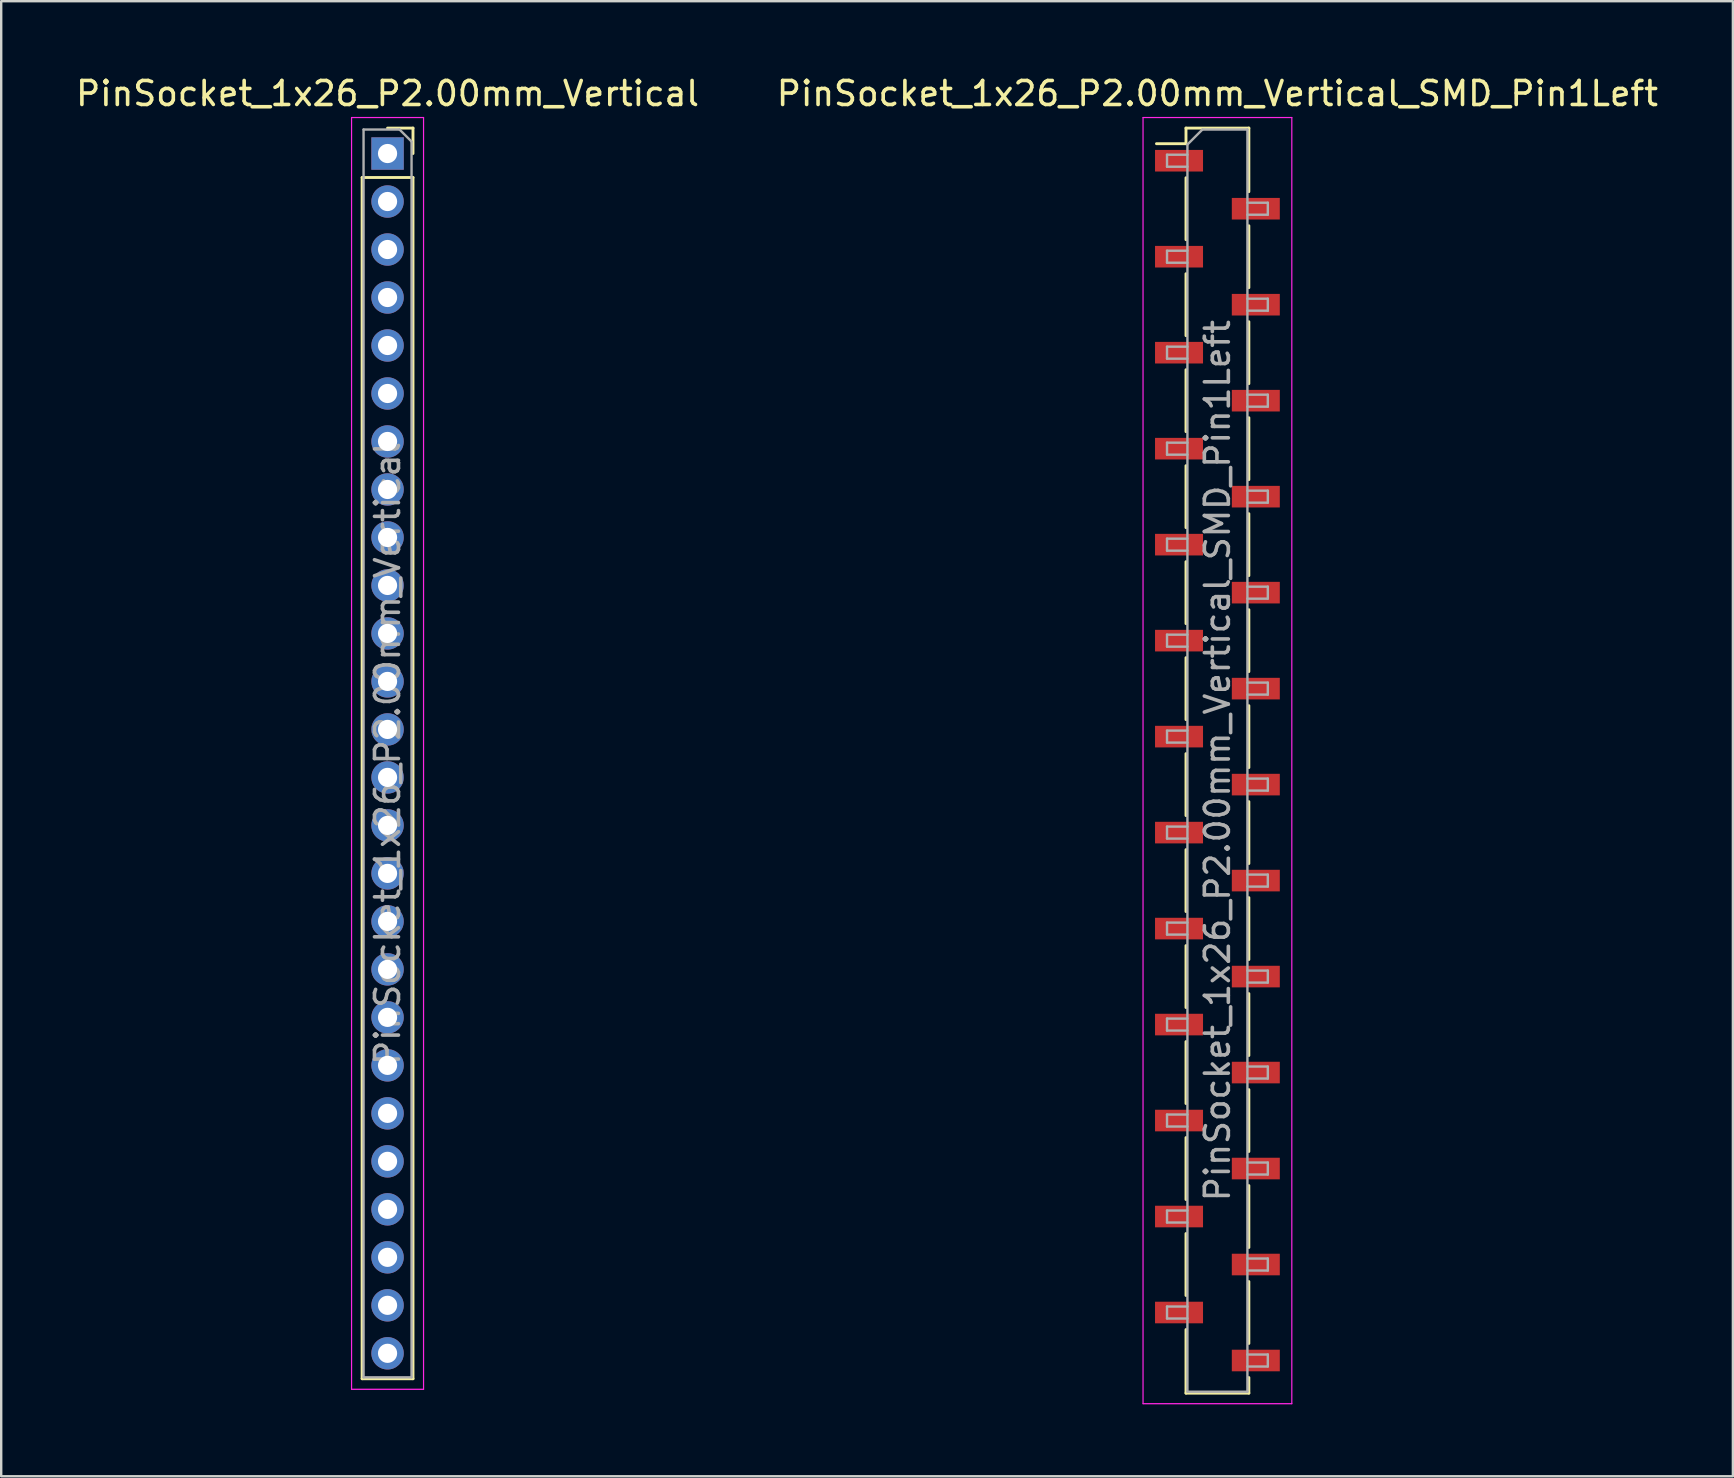
<source format=kicad_pcb>
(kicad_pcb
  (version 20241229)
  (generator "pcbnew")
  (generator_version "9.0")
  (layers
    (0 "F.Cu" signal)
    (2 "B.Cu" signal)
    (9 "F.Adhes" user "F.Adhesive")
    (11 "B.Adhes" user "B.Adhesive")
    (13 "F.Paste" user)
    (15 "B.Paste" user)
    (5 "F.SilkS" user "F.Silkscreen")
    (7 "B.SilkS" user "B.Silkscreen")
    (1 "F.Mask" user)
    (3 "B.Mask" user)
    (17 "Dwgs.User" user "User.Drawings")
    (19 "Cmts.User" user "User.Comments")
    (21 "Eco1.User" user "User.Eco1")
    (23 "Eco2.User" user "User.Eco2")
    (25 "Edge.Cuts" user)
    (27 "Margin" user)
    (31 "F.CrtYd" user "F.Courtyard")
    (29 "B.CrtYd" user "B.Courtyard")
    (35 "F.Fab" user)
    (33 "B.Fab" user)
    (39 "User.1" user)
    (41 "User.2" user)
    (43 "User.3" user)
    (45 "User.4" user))
  (footprint "PinSocket_1x26_P2.00mm_Vertical"
    (layer "F.Cu")
    (at 13.101 3.348)
    (property "Reference" "PinSocket_1x26_P2.00mm_Vertical" (at 0 -2.5 0) (layer "F.SilkS") (effects (font (size 1 1) (thickness 0.15))))
    (attr through_hole)
    (fp_line (start -1.06 1) (end -1.06 51.06) (stroke (width 0.12) (type solid)) (layer "F.SilkS"))
    (fp_line (start -1.06 1) (end 1.06 1) (stroke (width 0.12) (type solid)) (layer "F.SilkS"))
    (fp_line (start -1.06 51.06) (end 1.06 51.06) (stroke (width 0.12) (type solid)) (layer "F.SilkS"))
    (fp_line (start 0 -1.06) (end 1.06 -1.06) (stroke (width 0.12) (type solid)) (layer "F.SilkS"))
    (fp_line (start 1.06 -1.06) (end 1.06 0) (stroke (width 0.12) (type solid)) (layer "F.SilkS"))
    (fp_line (start 1.06 1) (end 1.06 51.06) (stroke (width 0.12) (type solid)) (layer "F.SilkS"))
    (fp_line (start -1.5 -1.5) (end 1.5 -1.5) (stroke (width 0.05) (type solid)) (layer "F.CrtYd"))
    (fp_line (start -1.5 51.5) (end -1.5 -1.5) (stroke (width 0.05) (type solid)) (layer "F.CrtYd"))
    (fp_line (start 1.5 -1.5) (end 1.5 51.5) (stroke (width 0.05) (type solid)) (layer "F.CrtYd"))
    (fp_line (start 1.5 51.5) (end -1.5 51.5) (stroke (width 0.05) (type solid)) (layer "F.CrtYd"))
    (fp_line (start -1 -1) (end 0.5 -1) (stroke (width 0.1) (type solid)) (layer "F.Fab"))
    (fp_line (start -1 51) (end -1 -1) (stroke (width 0.1) (type solid)) (layer "F.Fab"))
    (fp_line (start 0.5 -1) (end 1 -0.5) (stroke (width 0.1) (type solid)) (layer "F.Fab"))
    (fp_line (start 1 -0.5) (end 1 51) (stroke (width 0.1) (type solid)) (layer "F.Fab"))
    (fp_line (start 1 51) (end -1 51) (stroke (width 0.1) (type solid)) (layer "F.Fab"))
    (fp_text user "${REFERENCE}" (at 0 25 90) (layer "F.Fab") (effects (font (size 1 1) (thickness 0.15))))
    (pad "1" thru_hole rect (at 0 0) (size 1.35 1.35) (drill 0.8) (layers "*.Cu" "*.Mask"))
    (pad "2" thru_hole oval (at 0 2) (size 1.35 1.35) (drill 0.8) (layers "*.Cu" "*.Mask"))
    (pad "3" thru_hole oval (at 0 4) (size 1.35 1.35) (drill 0.8) (layers "*.Cu" "*.Mask"))
    (pad "4" thru_hole oval (at 0 6) (size 1.35 1.35) (drill 0.8) (layers "*.Cu" "*.Mask"))
    (pad "5" thru_hole oval (at 0 8) (size 1.35 1.35) (drill 0.8) (layers "*.Cu" "*.Mask"))
    (pad "6" thru_hole oval (at 0 10) (size 1.35 1.35) (drill 0.8) (layers "*.Cu" "*.Mask"))
    (pad "7" thru_hole oval (at 0 12) (size 1.35 1.35) (drill 0.8) (layers "*.Cu" "*.Mask"))
    (pad "8" thru_hole oval (at 0 14) (size 1.35 1.35) (drill 0.8) (layers "*.Cu" "*.Mask"))
    (pad "9" thru_hole oval (at 0 16) (size 1.35 1.35) (drill 0.8) (layers "*.Cu" "*.Mask"))
    (pad "10" thru_hole oval (at 0 18) (size 1.35 1.35) (drill 0.8) (layers "*.Cu" "*.Mask"))
    (pad "11" thru_hole oval (at 0 20) (size 1.35 1.35) (drill 0.8) (layers "*.Cu" "*.Mask"))
    (pad "12" thru_hole oval (at 0 22) (size 1.35 1.35) (drill 0.8) (layers "*.Cu" "*.Mask"))
    (pad "13" thru_hole oval (at 0 24) (size 1.35 1.35) (drill 0.8) (layers "*.Cu" "*.Mask"))
    (pad "14" thru_hole oval (at 0 26) (size 1.35 1.35) (drill 0.8) (layers "*.Cu" "*.Mask"))
    (pad "15" thru_hole oval (at 0 28) (size 1.35 1.35) (drill 0.8) (layers "*.Cu" "*.Mask"))
    (pad "16" thru_hole oval (at 0 30) (size 1.35 1.35) (drill 0.8) (layers "*.Cu" "*.Mask"))
    (pad "17" thru_hole oval (at 0 32) (size 1.35 1.35) (drill 0.8) (layers "*.Cu" "*.Mask"))
    (pad "18" thru_hole oval (at 0 34) (size 1.35 1.35) (drill 0.8) (layers "*.Cu" "*.Mask"))
    (pad "19" thru_hole oval (at 0 36) (size 1.35 1.35) (drill 0.8) (layers "*.Cu" "*.Mask"))
    (pad "20" thru_hole oval (at 0 38) (size 1.35 1.35) (drill 0.8) (layers "*.Cu" "*.Mask"))
    (pad "21" thru_hole oval (at 0 40) (size 1.35 1.35) (drill 0.8) (layers "*.Cu" "*.Mask"))
    (pad "22" thru_hole oval (at 0 42) (size 1.35 1.35) (drill 0.8) (layers "*.Cu" "*.Mask"))
    (pad "23" thru_hole oval (at 0 44) (size 1.35 1.35) (drill 0.8) (layers "*.Cu" "*.Mask"))
    (pad "24" thru_hole oval (at 0 46) (size 1.35 1.35) (drill 0.8) (layers "*.Cu" "*.Mask"))
    (pad "25" thru_hole oval (at 0 48) (size 1.35 1.35) (drill 0.8) (layers "*.Cu" "*.Mask"))
    (pad "26" thru_hole oval (at 0 50) (size 1.35 1.35) (drill 0.8) (layers "*.Cu" "*.Mask")))
  (footprint "PinSocket_1x26_P2.00mm_Vertical_SMD_Pin1Left"
    (layer "F.Cu")
    (at 47.685 28.648)
    (property "Reference" "PinSocket_1x26_P2.00mm_Vertical_SMD_Pin1Left" (at 0 -27.8 0) (layer "F.SilkS") (effects (font (size 1 1) (thickness 0.15))))
    (attr smd)
    (fp_line (start -2.54 -25.71) (end -1.31 -25.71) (stroke (width 0.12) (type solid)) (layer "F.SilkS"))
    (fp_line (start -1.31 -26.36) (end -1.31 -25.71) (stroke (width 0.12) (type solid)) (layer "F.SilkS"))
    (fp_line (start -1.31 -26.36) (end 1.31 -26.36) (stroke (width 0.12) (type solid)) (layer "F.SilkS"))
    (fp_line (start -1.31 -24.29) (end -1.31 -21.71) (stroke (width 0.12) (type solid)) (layer "F.SilkS"))
    (fp_line (start -1.31 -20.29) (end -1.31 -17.71) (stroke (width 0.12) (type solid)) (layer "F.SilkS"))
    (fp_line (start -1.31 -16.29) (end -1.31 -13.71) (stroke (width 0.12) (type solid)) (layer "F.SilkS"))
    (fp_line (start -1.31 -12.29) (end -1.31 -9.71) (stroke (width 0.12) (type solid)) (layer "F.SilkS"))
    (fp_line (start -1.31 -8.29) (end -1.31 -5.71) (stroke (width 0.12) (type solid)) (layer "F.SilkS"))
    (fp_line (start -1.31 -4.29) (end -1.31 -1.71) (stroke (width 0.12) (type solid)) (layer "F.SilkS"))
    (fp_line (start -1.31 -0.29) (end -1.31 2.29) (stroke (width 0.12) (type solid)) (layer "F.SilkS"))
    (fp_line (start -1.31 3.71) (end -1.31 6.29) (stroke (width 0.12) (type solid)) (layer "F.SilkS"))
    (fp_line (start -1.31 7.71) (end -1.31 10.29) (stroke (width 0.12) (type solid)) (layer "F.SilkS"))
    (fp_line (start -1.31 11.71) (end -1.31 14.29) (stroke (width 0.12) (type solid)) (layer "F.SilkS"))
    (fp_line (start -1.31 15.71) (end -1.31 18.29) (stroke (width 0.12) (type solid)) (layer "F.SilkS"))
    (fp_line (start -1.31 19.71) (end -1.31 22.29) (stroke (width 0.12) (type solid)) (layer "F.SilkS"))
    (fp_line (start -1.31 23.71) (end -1.31 26.36) (stroke (width 0.12) (type solid)) (layer "F.SilkS"))
    (fp_line (start -1.31 26.36) (end 1.31 26.36) (stroke (width 0.12) (type solid)) (layer "F.SilkS"))
    (fp_line (start 1.31 -26.36) (end 1.31 -23.71) (stroke (width 0.12) (type solid)) (layer "F.SilkS"))
    (fp_line (start 1.31 -22.29) (end 1.31 -19.71) (stroke (width 0.12) (type solid)) (layer "F.SilkS"))
    (fp_line (start 1.31 -18.29) (end 1.31 -15.71) (stroke (width 0.12) (type solid)) (layer "F.SilkS"))
    (fp_line (start 1.31 -14.29) (end 1.31 -11.71) (stroke (width 0.12) (type solid)) (layer "F.SilkS"))
    (fp_line (start 1.31 -10.29) (end 1.31 -7.71) (stroke (width 0.12) (type solid)) (layer "F.SilkS"))
    (fp_line (start 1.31 -6.29) (end 1.31 -3.71) (stroke (width 0.12) (type solid)) (layer "F.SilkS"))
    (fp_line (start 1.31 -2.29) (end 1.31 0.29) (stroke (width 0.12) (type solid)) (layer "F.SilkS"))
    (fp_line (start 1.31 1.71) (end 1.31 4.29) (stroke (width 0.12) (type solid)) (layer "F.SilkS"))
    (fp_line (start 1.31 5.71) (end 1.31 8.29) (stroke (width 0.12) (type solid)) (layer "F.SilkS"))
    (fp_line (start 1.31 9.71) (end 1.31 12.29) (stroke (width 0.12) (type solid)) (layer "F.SilkS"))
    (fp_line (start 1.31 13.71) (end 1.31 16.29) (stroke (width 0.12) (type solid)) (layer "F.SilkS"))
    (fp_line (start 1.31 17.71) (end 1.31 20.29) (stroke (width 0.12) (type solid)) (layer "F.SilkS"))
    (fp_line (start 1.31 21.71) (end 1.31 24.29) (stroke (width 0.12) (type solid)) (layer "F.SilkS"))
    (fp_line (start 1.31 25.71) (end 1.31 26.36) (stroke (width 0.12) (type solid)) (layer "F.SilkS"))
    (fp_line (start -3.1 -26.8) (end 3.1 -26.8) (stroke (width 0.05) (type solid)) (layer "F.CrtYd"))
    (fp_line (start -3.1 26.8) (end -3.1 -26.8) (stroke (width 0.05) (type solid)) (layer "F.CrtYd"))
    (fp_line (start 3.1 -26.8) (end 3.1 26.8) (stroke (width 0.05) (type solid)) (layer "F.CrtYd"))
    (fp_line (start 3.1 26.8) (end -3.1 26.8) (stroke (width 0.05) (type solid)) (layer "F.CrtYd"))
    (fp_line (start -2.1 -25.25) (end -1.25 -25.25) (stroke (width 0.1) (type solid)) (layer "F.Fab"))
    (fp_line (start -2.1 -24.75) (end -2.1 -25.25) (stroke (width 0.1) (type solid)) (layer "F.Fab"))
    (fp_line (start -2.1 -21.25) (end -1.25 -21.25) (stroke (width 0.1) (type solid)) (layer "F.Fab"))
    (fp_line (start -2.1 -20.75) (end -2.1 -21.25) (stroke (width 0.1) (type solid)) (layer "F.Fab"))
    (fp_line (start -2.1 -17.25) (end -1.25 -17.25) (stroke (width 0.1) (type solid)) (layer "F.Fab"))
    (fp_line (start -2.1 -16.75) (end -2.1 -17.25) (stroke (width 0.1) (type solid)) (layer "F.Fab"))
    (fp_line (start -2.1 -13.25) (end -1.25 -13.25) (stroke (width 0.1) (type solid)) (layer "F.Fab"))
    (fp_line (start -2.1 -12.75) (end -2.1 -13.25) (stroke (width 0.1) (type solid)) (layer "F.Fab"))
    (fp_line (start -2.1 -9.25) (end -1.25 -9.25) (stroke (width 0.1) (type solid)) (layer "F.Fab"))
    (fp_line (start -2.1 -8.75) (end -2.1 -9.25) (stroke (width 0.1) (type solid)) (layer "F.Fab"))
    (fp_line (start -2.1 -5.25) (end -1.25 -5.25) (stroke (width 0.1) (type solid)) (layer "F.Fab"))
    (fp_line (start -2.1 -4.75) (end -2.1 -5.25) (stroke (width 0.1) (type solid)) (layer "F.Fab"))
    (fp_line (start -2.1 -1.25) (end -1.25 -1.25) (stroke (width 0.1) (type solid)) (layer "F.Fab"))
    (fp_line (start -2.1 -0.75) (end -2.1 -1.25) (stroke (width 0.1) (type solid)) (layer "F.Fab"))
    (fp_line (start -2.1 2.75) (end -1.25 2.75) (stroke (width 0.1) (type solid)) (layer "F.Fab"))
    (fp_line (start -2.1 3.25) (end -2.1 2.75) (stroke (width 0.1) (type solid)) (layer "F.Fab"))
    (fp_line (start -2.1 6.75) (end -1.25 6.75) (stroke (width 0.1) (type solid)) (layer "F.Fab"))
    (fp_line (start -2.1 7.25) (end -2.1 6.75) (stroke (width 0.1) (type solid)) (layer "F.Fab"))
    (fp_line (start -2.1 10.75) (end -1.25 10.75) (stroke (width 0.1) (type solid)) (layer "F.Fab"))
    (fp_line (start -2.1 11.25) (end -2.1 10.75) (stroke (width 0.1) (type solid)) (layer "F.Fab"))
    (fp_line (start -2.1 14.75) (end -1.25 14.75) (stroke (width 0.1) (type solid)) (layer "F.Fab"))
    (fp_line (start -2.1 15.25) (end -2.1 14.75) (stroke (width 0.1) (type solid)) (layer "F.Fab"))
    (fp_line (start -2.1 18.75) (end -1.25 18.75) (stroke (width 0.1) (type solid)) (layer "F.Fab"))
    (fp_line (start -2.1 19.25) (end -2.1 18.75) (stroke (width 0.1) (type solid)) (layer "F.Fab"))
    (fp_line (start -2.1 22.75) (end -1.25 22.75) (stroke (width 0.1) (type solid)) (layer "F.Fab"))
    (fp_line (start -2.1 23.25) (end -2.1 22.75) (stroke (width 0.1) (type solid)) (layer "F.Fab"))
    (fp_line (start -1.25 -25.675) (end -0.625 -26.3) (stroke (width 0.1) (type solid)) (layer "F.Fab"))
    (fp_line (start -1.25 -24.75) (end -2.1 -24.75) (stroke (width 0.1) (type solid)) (layer "F.Fab"))
    (fp_line (start -1.25 -20.75) (end -2.1 -20.75) (stroke (width 0.1) (type solid)) (layer "F.Fab"))
    (fp_line (start -1.25 -16.75) (end -2.1 -16.75) (stroke (width 0.1) (type solid)) (layer "F.Fab"))
    (fp_line (start -1.25 -12.75) (end -2.1 -12.75) (stroke (width 0.1) (type solid)) (layer "F.Fab"))
    (fp_line (start -1.25 -8.75) (end -2.1 -8.75) (stroke (width 0.1) (type solid)) (layer "F.Fab"))
    (fp_line (start -1.25 -4.75) (end -2.1 -4.75) (stroke (width 0.1) (type solid)) (layer "F.Fab"))
    (fp_line (start -1.25 -0.75) (end -2.1 -0.75) (stroke (width 0.1) (type solid)) (layer "F.Fab"))
    (fp_line (start -1.25 3.25) (end -2.1 3.25) (stroke (width 0.1) (type solid)) (layer "F.Fab"))
    (fp_line (start -1.25 7.25) (end -2.1 7.25) (stroke (width 0.1) (type solid)) (layer "F.Fab"))
    (fp_line (start -1.25 11.25) (end -2.1 11.25) (stroke (width 0.1) (type solid)) (layer "F.Fab"))
    (fp_line (start -1.25 15.25) (end -2.1 15.25) (stroke (width 0.1) (type solid)) (layer "F.Fab"))
    (fp_line (start -1.25 19.25) (end -2.1 19.25) (stroke (width 0.1) (type solid)) (layer "F.Fab"))
    (fp_line (start -1.25 23.25) (end -2.1 23.25) (stroke (width 0.1) (type solid)) (layer "F.Fab"))
    (fp_line (start -1.25 26.3) (end -1.25 -25.675) (stroke (width 0.1) (type solid)) (layer "F.Fab"))
    (fp_line (start -0.625 -26.3) (end 1.25 -26.3) (stroke (width 0.1) (type solid)) (layer "F.Fab"))
    (fp_line (start 1.25 -26.3) (end 1.25 26.3) (stroke (width 0.1) (type solid)) (layer "F.Fab"))
    (fp_line (start 1.25 -23.25) (end 2.1 -23.25) (stroke (width 0.1) (type solid)) (layer "F.Fab"))
    (fp_line (start 1.25 -19.25) (end 2.1 -19.25) (stroke (width 0.1) (type solid)) (layer "F.Fab"))
    (fp_line (start 1.25 -15.25) (end 2.1 -15.25) (stroke (width 0.1) (type solid)) (layer "F.Fab"))
    (fp_line (start 1.25 -11.25) (end 2.1 -11.25) (stroke (width 0.1) (type solid)) (layer "F.Fab"))
    (fp_line (start 1.25 -7.25) (end 2.1 -7.25) (stroke (width 0.1) (type solid)) (layer "F.Fab"))
    (fp_line (start 1.25 -3.25) (end 2.1 -3.25) (stroke (width 0.1) (type solid)) (layer "F.Fab"))
    (fp_line (start 1.25 0.75) (end 2.1 0.75) (stroke (width 0.1) (type solid)) (layer "F.Fab"))
    (fp_line (start 1.25 4.75) (end 2.1 4.75) (stroke (width 0.1) (type solid)) (layer "F.Fab"))
    (fp_line (start 1.25 8.75) (end 2.1 8.75) (stroke (width 0.1) (type solid)) (layer "F.Fab"))
    (fp_line (start 1.25 12.75) (end 2.1 12.75) (stroke (width 0.1) (type solid)) (layer "F.Fab"))
    (fp_line (start 1.25 16.75) (end 2.1 16.75) (stroke (width 0.1) (type solid)) (layer "F.Fab"))
    (fp_line (start 1.25 20.75) (end 2.1 20.75) (stroke (width 0.1) (type solid)) (layer "F.Fab"))
    (fp_line (start 1.25 24.75) (end 2.1 24.75) (stroke (width 0.1) (type solid)) (layer "F.Fab"))
    (fp_line (start 1.25 26.3) (end -1.25 26.3) (stroke (width 0.1) (type solid)) (layer "F.Fab"))
    (fp_line (start 2.1 -23.25) (end 2.1 -22.75) (stroke (width 0.1) (type solid)) (layer "F.Fab"))
    (fp_line (start 2.1 -22.75) (end 1.25 -22.75) (stroke (width 0.1) (type solid)) (layer "F.Fab"))
    (fp_line (start 2.1 -19.25) (end 2.1 -18.75) (stroke (width 0.1) (type solid)) (layer "F.Fab"))
    (fp_line (start 2.1 -18.75) (end 1.25 -18.75) (stroke (width 0.1) (type solid)) (layer "F.Fab"))
    (fp_line (start 2.1 -15.25) (end 2.1 -14.75) (stroke (width 0.1) (type solid)) (layer "F.Fab"))
    (fp_line (start 2.1 -14.75) (end 1.25 -14.75) (stroke (width 0.1) (type solid)) (layer "F.Fab"))
    (fp_line (start 2.1 -11.25) (end 2.1 -10.75) (stroke (width 0.1) (type solid)) (layer "F.Fab"))
    (fp_line (start 2.1 -10.75) (end 1.25 -10.75) (stroke (width 0.1) (type solid)) (layer "F.Fab"))
    (fp_line (start 2.1 -7.25) (end 2.1 -6.75) (stroke (width 0.1) (type solid)) (layer "F.Fab"))
    (fp_line (start 2.1 -6.75) (end 1.25 -6.75) (stroke (width 0.1) (type solid)) (layer "F.Fab"))
    (fp_line (start 2.1 -3.25) (end 2.1 -2.75) (stroke (width 0.1) (type solid)) (layer "F.Fab"))
    (fp_line (start 2.1 -2.75) (end 1.25 -2.75) (stroke (width 0.1) (type solid)) (layer "F.Fab"))
    (fp_line (start 2.1 0.75) (end 2.1 1.25) (stroke (width 0.1) (type solid)) (layer "F.Fab"))
    (fp_line (start 2.1 1.25) (end 1.25 1.25) (stroke (width 0.1) (type solid)) (layer "F.Fab"))
    (fp_line (start 2.1 4.75) (end 2.1 5.25) (stroke (width 0.1) (type solid)) (layer "F.Fab"))
    (fp_line (start 2.1 5.25) (end 1.25 5.25) (stroke (width 0.1) (type solid)) (layer "F.Fab"))
    (fp_line (start 2.1 8.75) (end 2.1 9.25) (stroke (width 0.1) (type solid)) (layer "F.Fab"))
    (fp_line (start 2.1 9.25) (end 1.25 9.25) (stroke (width 0.1) (type solid)) (layer "F.Fab"))
    (fp_line (start 2.1 12.75) (end 2.1 13.25) (stroke (width 0.1) (type solid)) (layer "F.Fab"))
    (fp_line (start 2.1 13.25) (end 1.25 13.25) (stroke (width 0.1) (type solid)) (layer "F.Fab"))
    (fp_line (start 2.1 16.75) (end 2.1 17.25) (stroke (width 0.1) (type solid)) (layer "F.Fab"))
    (fp_line (start 2.1 17.25) (end 1.25 17.25) (stroke (width 0.1) (type solid)) (layer "F.Fab"))
    (fp_line (start 2.1 20.75) (end 2.1 21.25) (stroke (width 0.1) (type solid)) (layer "F.Fab"))
    (fp_line (start 2.1 21.25) (end 1.25 21.25) (stroke (width 0.1) (type solid)) (layer "F.Fab"))
    (fp_line (start 2.1 24.75) (end 2.1 25.25) (stroke (width 0.1) (type solid)) (layer "F.Fab"))
    (fp_line (start 2.1 25.25) (end 1.25 25.25) (stroke (width 0.1) (type solid)) (layer "F.Fab"))
    (fp_text user "${REFERENCE}" (at 0 0 90) (layer "F.Fab") (effects (font (size 1 1) (thickness 0.15))))
    (pad "1" smd rect (at -1.6 -25) (size 2 0.9) (layers "F.Cu" "F.Mask" "F.Paste"))
    (pad "2" smd rect (at 1.6 -23) (size 2 0.9) (layers "F.Cu" "F.Mask" "F.Paste"))
    (pad "3" smd rect (at -1.6 -21) (size 2 0.9) (layers "F.Cu" "F.Mask" "F.Paste"))
    (pad "4" smd rect (at 1.6 -19) (size 2 0.9) (layers "F.Cu" "F.Mask" "F.Paste"))
    (pad "5" smd rect (at -1.6 -17) (size 2 0.9) (layers "F.Cu" "F.Mask" "F.Paste"))
    (pad "6" smd rect (at 1.6 -15) (size 2 0.9) (layers "F.Cu" "F.Mask" "F.Paste"))
    (pad "7" smd rect (at -1.6 -13) (size 2 0.9) (layers "F.Cu" "F.Mask" "F.Paste"))
    (pad "8" smd rect (at 1.6 -11) (size 2 0.9) (layers "F.Cu" "F.Mask" "F.Paste"))
    (pad "9" smd rect (at -1.6 -9) (size 2 0.9) (layers "F.Cu" "F.Mask" "F.Paste"))
    (pad "10" smd rect (at 1.6 -7) (size 2 0.9) (layers "F.Cu" "F.Mask" "F.Paste"))
    (pad "11" smd rect (at -1.6 -5) (size 2 0.9) (layers "F.Cu" "F.Mask" "F.Paste"))
    (pad "12" smd rect (at 1.6 -3) (size 2 0.9) (layers "F.Cu" "F.Mask" "F.Paste"))
    (pad "13" smd rect (at -1.6 -1) (size 2 0.9) (layers "F.Cu" "F.Mask" "F.Paste"))
    (pad "14" smd rect (at 1.6 1) (size 2 0.9) (layers "F.Cu" "F.Mask" "F.Paste"))
    (pad "15" smd rect (at -1.6 3) (size 2 0.9) (layers "F.Cu" "F.Mask" "F.Paste"))
    (pad "16" smd rect (at 1.6 5) (size 2 0.9) (layers "F.Cu" "F.Mask" "F.Paste"))
    (pad "17" smd rect (at -1.6 7) (size 2 0.9) (layers "F.Cu" "F.Mask" "F.Paste"))
    (pad "18" smd rect (at 1.6 9) (size 2 0.9) (layers "F.Cu" "F.Mask" "F.Paste"))
    (pad "19" smd rect (at -1.6 11) (size 2 0.9) (layers "F.Cu" "F.Mask" "F.Paste"))
    (pad "20" smd rect (at 1.6 13) (size 2 0.9) (layers "F.Cu" "F.Mask" "F.Paste"))
    (pad "21" smd rect (at -1.6 15) (size 2 0.9) (layers "F.Cu" "F.Mask" "F.Paste"))
    (pad "22" smd rect (at 1.6 17) (size 2 0.9) (layers "F.Cu" "F.Mask" "F.Paste"))
    (pad "23" smd rect (at -1.6 19) (size 2 0.9) (layers "F.Cu" "F.Mask" "F.Paste"))
    (pad "24" smd rect (at 1.6 21) (size 2 0.9) (layers "F.Cu" "F.Mask" "F.Paste"))
    (pad "25" smd rect (at -1.6 23) (size 2 0.9) (layers "F.Cu" "F.Mask" "F.Paste"))
    (pad "26" smd rect (at 1.6 25) (size 2 0.9) (layers "F.Cu" "F.Mask" "F.Paste")))
  (gr_rect
    (start -3 -3)
    (end 69.167 58.473)
    (stroke (width 0.1) (type default))
    (fill no)
    (layer "Edge.Cuts")))
</source>
